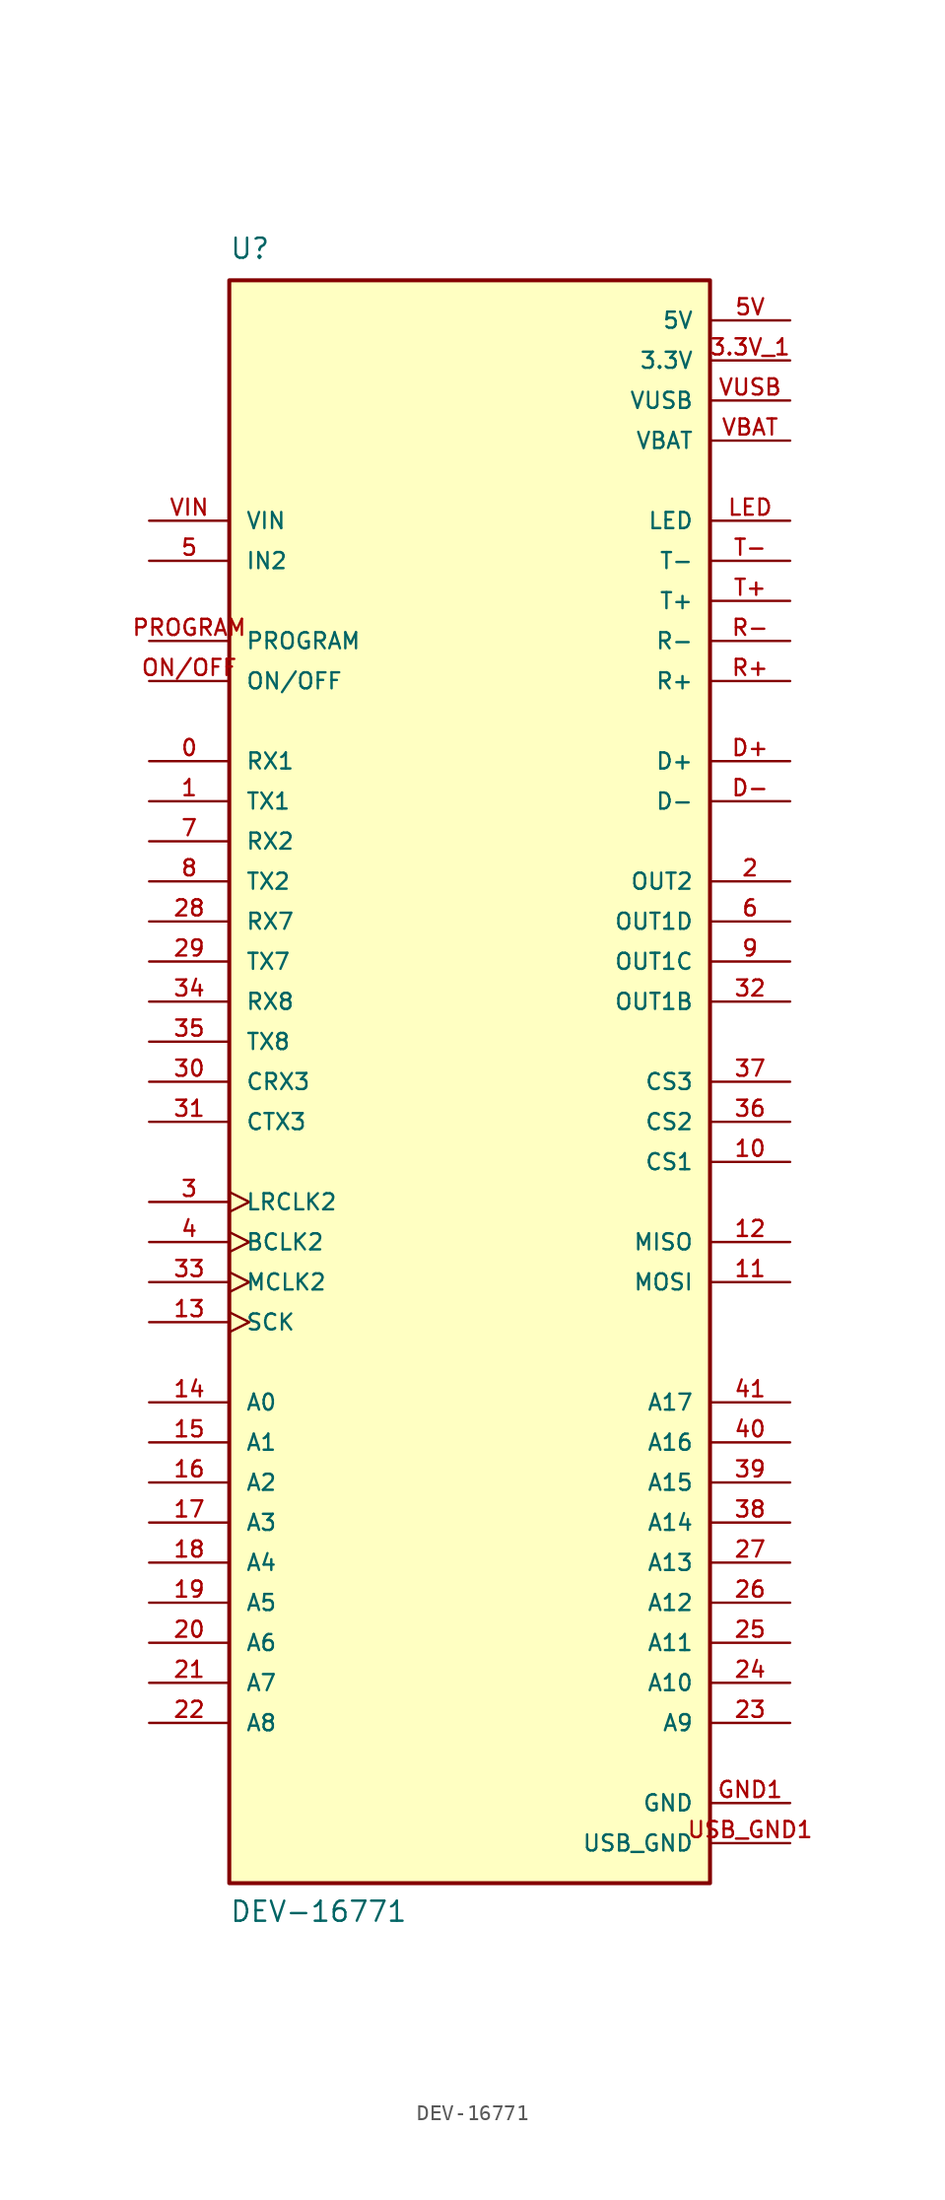
<source format=kicad_sym>
(kicad_symbol_lib
  (version 20241209)
  (generator "kicad_symbol_editor")
  (generator_version "9.0")
  (symbol "DEV-16771"
    (pin_names
      (offset 1.016))
    (property "Reference" "U"
      (at -15.24 52.07 0)
      (effects (font (size 1.27 1.27)) (justify left bottom)))
    (property "Value" "DEV-16771"
      (at -15.24 -53.34 0)
      (effects (font (size 1.27 1.27)) (justify left bottom)))
    (symbol "DEV-16771_0_0"
      (rectangle (start -15.24 -50.8) (end 15.24 50.8) (stroke (width 0.254) (type default)) (fill (type background)))
      (pin input line (at -20.32 35.56 0) (length 5.08) (name "VIN" (effects (font (size 1.016 1.016)))) (number "VIN" (effects (font (size 1.016 1.016)))))
      (pin bidirectional line (at -20.32 33.02 0) (length 5.08) (name "IN2" (effects (font (size 1.016 1.016)))) (number "5" (effects (font (size 1.016 1.016)))))
      (pin bidirectional line (at -20.32 27.94 0) (length 5.08) (name "PROGRAM" (effects (font (size 1.016 1.016)))) (number "PROGRAM" (effects (font (size 1.016 1.016)))))
      (pin bidirectional line (at -20.32 25.4 0) (length 5.08) (name "ON/OFF" (effects (font (size 1.016 1.016)))) (number "ON/OFF" (effects (font (size 1.016 1.016)))))
      (pin bidirectional line (at -20.32 20.32 0) (length 5.08) (name "RX1" (effects (font (size 1.016 1.016)))) (number "0" (effects (font (size 1.016 1.016)))))
      (pin bidirectional line (at -20.32 17.78 0) (length 5.08) (name "TX1" (effects (font (size 1.016 1.016)))) (number "1" (effects (font (size 1.016 1.016)))))
      (pin bidirectional line (at -20.32 15.24 0) (length 5.08) (name "RX2" (effects (font (size 1.016 1.016)))) (number "7" (effects (font (size 1.016 1.016)))))
      (pin bidirectional line (at -20.32 12.7 0) (length 5.08) (name "TX2" (effects (font (size 1.016 1.016)))) (number "8" (effects (font (size 1.016 1.016)))))
      (pin bidirectional line (at -20.32 10.16 0) (length 5.08) (name "RX7" (effects (font (size 1.016 1.016)))) (number "28" (effects (font (size 1.016 1.016)))))
      (pin bidirectional line (at -20.32 7.62 0) (length 5.08) (name "TX7" (effects (font (size 1.016 1.016)))) (number "29" (effects (font (size 1.016 1.016)))))
      (pin bidirectional line (at -20.32 5.08 0) (length 5.08) (name "RX8" (effects (font (size 1.016 1.016)))) (number "34" (effects (font (size 1.016 1.016)))))
      (pin bidirectional line (at -20.32 2.54 0) (length 5.08) (name "TX8" (effects (font (size 1.016 1.016)))) (number "35" (effects (font (size 1.016 1.016)))))
      (pin bidirectional line (at -20.32 0 0) (length 5.08) (name "CRX3" (effects (font (size 1.016 1.016)))) (number "30" (effects (font (size 1.016 1.016)))))
      (pin bidirectional line (at -20.32 -2.54 0) (length 5.08) (name "CTX3" (effects (font (size 1.016 1.016)))) (number "31" (effects (font (size 1.016 1.016)))))
      (pin bidirectional clock (at -20.32 -7.62 0) (length 5.08) (name "LRCLK2" (effects (font (size 1.016 1.016)))) (number "3" (effects (font (size 1.016 1.016)))))
      (pin bidirectional clock (at -20.32 -10.16 0) (length 5.08) (name "BCLK2" (effects (font (size 1.016 1.016)))) (number "4" (effects (font (size 1.016 1.016)))))
      (pin bidirectional clock (at -20.32 -12.7 0) (length 5.08) (name "MCLK2" (effects (font (size 1.016 1.016)))) (number "33" (effects (font (size 1.016 1.016)))))
      (pin bidirectional clock (at -20.32 -15.24 0) (length 5.08) (name "SCK" (effects (font (size 1.016 1.016)))) (number "13" (effects (font (size 1.016 1.016)))))
      (pin bidirectional line (at -20.32 -20.32 0) (length 5.08) (name "A0" (effects (font (size 1.016 1.016)))) (number "14" (effects (font (size 1.016 1.016)))))
      (pin bidirectional line (at -20.32 -22.86 0) (length 5.08) (name "A1" (effects (font (size 1.016 1.016)))) (number "15" (effects (font (size 1.016 1.016)))))
      (pin bidirectional line (at -20.32 -25.4 0) (length 5.08) (name "A2" (effects (font (size 1.016 1.016)))) (number "16" (effects (font (size 1.016 1.016)))))
      (pin bidirectional line (at -20.32 -27.94 0) (length 5.08) (name "A3" (effects (font (size 1.016 1.016)))) (number "17" (effects (font (size 1.016 1.016)))))
      (pin bidirectional line (at -20.32 -30.48 0) (length 5.08) (name "A4" (effects (font (size 1.016 1.016)))) (number "18" (effects (font (size 1.016 1.016)))))
      (pin bidirectional line (at -20.32 -33.02 0) (length 5.08) (name "A5" (effects (font (size 1.016 1.016)))) (number "19" (effects (font (size 1.016 1.016)))))
      (pin bidirectional line (at -20.32 -35.56 0) (length 5.08) (name "A6" (effects (font (size 1.016 1.016)))) (number "20" (effects (font (size 1.016 1.016)))))
      (pin bidirectional line (at -20.32 -38.1 0) (length 5.08) (name "A7" (effects (font (size 1.016 1.016)))) (number "21" (effects (font (size 1.016 1.016)))))
      (pin bidirectional line (at -20.32 -40.64 0) (length 5.08) (name "A8" (effects (font (size 1.016 1.016)))) (number "22" (effects (font (size 1.016 1.016)))))
      (pin power_in line (at 20.32 48.26 180) (length 5.08) (name "5V" (effects (font (size 1.016 1.016)))) (number "5V" (effects (font (size 1.016 1.016)))))
      (pin power_in line (at 20.32 45.72 180) (length 5.08) (name "3.3V" (effects (font (size 1.016 1.016)))) (number "3.3V_1" (effects (font (size 1.016 1.016)))))
      (pin power_in line (at 20.32 45.72 180) (length 5.08) (hide yes) (name "3.3V" (effects (font (size 1.016 1.016)))) (number "3.3V_2" (effects (font (size 1.016 1.016)))))
      (pin power_in line (at 20.32 45.72 180) (length 5.08) (hide yes) (name "3.3V" (effects (font (size 1.016 1.016)))) (number "3.3V_3" (effects (font (size 1.016 1.016)))))
      (pin passive line (at 20.32 43.18 180) (length 5.08) (name "VUSB" (effects (font (size 1.016 1.016)))) (number "VUSB" (effects (font (size 1.016 1.016)))))
      (pin passive line (at 20.32 40.64 180) (length 5.08) (name "VBAT" (effects (font (size 1.016 1.016)))) (number "VBAT" (effects (font (size 1.016 1.016)))))
      (pin bidirectional line (at 20.32 35.56 180) (length 5.08) (name "LED" (effects (font (size 1.016 1.016)))) (number "LED" (effects (font (size 1.016 1.016)))))
      (pin bidirectional line (at 20.32 33.02 180) (length 5.08) (name "T-" (effects (font (size 1.016 1.016)))) (number "T-" (effects (font (size 1.016 1.016)))))
      (pin bidirectional line (at 20.32 30.48 180) (length 5.08) (name "T+" (effects (font (size 1.016 1.016)))) (number "T+" (effects (font (size 1.016 1.016)))))
      (pin bidirectional line (at 20.32 27.94 180) (length 5.08) (name "R-" (effects (font (size 1.016 1.016)))) (number "R-" (effects (font (size 1.016 1.016)))))
      (pin bidirectional line (at 20.32 25.4 180) (length 5.08) (name "R+" (effects (font (size 1.016 1.016)))) (number "R+" (effects (font (size 1.016 1.016)))))
      (pin bidirectional line (at 20.32 20.32 180) (length 5.08) (name "D+" (effects (font (size 1.016 1.016)))) (number "D+" (effects (font (size 1.016 1.016)))))
      (pin bidirectional line (at 20.32 17.78 180) (length 5.08) (name "D-" (effects (font (size 1.016 1.016)))) (number "D-" (effects (font (size 1.016 1.016)))))
      (pin output line (at 20.32 12.7 180) (length 5.08) (name "OUT2" (effects (font (size 1.016 1.016)))) (number "2" (effects (font (size 1.016 1.016)))))
      (pin output line (at 20.32 10.16 180) (length 5.08) (name "OUT1D" (effects (font (size 1.016 1.016)))) (number "6" (effects (font (size 1.016 1.016)))))
      (pin output line (at 20.32 7.62 180) (length 5.08) (name "OUT1C" (effects (font (size 1.016 1.016)))) (number "9" (effects (font (size 1.016 1.016)))))
      (pin output line (at 20.32 5.08 180) (length 5.08) (name "OUT1B" (effects (font (size 1.016 1.016)))) (number "32" (effects (font (size 1.016 1.016)))))
      (pin bidirectional line (at 20.32 0 180) (length 5.08) (name "CS3" (effects (font (size 1.016 1.016)))) (number "37" (effects (font (size 1.016 1.016)))))
      (pin bidirectional line (at 20.32 -2.54 180) (length 5.08) (name "CS2" (effects (font (size 1.016 1.016)))) (number "36" (effects (font (size 1.016 1.016)))))
      (pin bidirectional line (at 20.32 -5.08 180) (length 5.08) (name "CS1" (effects (font (size 1.016 1.016)))) (number "10" (effects (font (size 1.016 1.016)))))
      (pin bidirectional line (at 20.32 -10.16 180) (length 5.08) (name "MISO" (effects (font (size 1.016 1.016)))) (number "12" (effects (font (size 1.016 1.016)))))
      (pin bidirectional line (at 20.32 -12.7 180) (length 5.08) (name "MOSI" (effects (font (size 1.016 1.016)))) (number "11" (effects (font (size 1.016 1.016)))))
      (pin bidirectional line (at 20.32 -20.32 180) (length 5.08) (name "A17" (effects (font (size 1.016 1.016)))) (number "41" (effects (font (size 1.016 1.016)))))
      (pin bidirectional line (at 20.32 -22.86 180) (length 5.08) (name "A16" (effects (font (size 1.016 1.016)))) (number "40" (effects (font (size 1.016 1.016)))))
      (pin bidirectional line (at 20.32 -25.4 180) (length 5.08) (name "A15" (effects (font (size 1.016 1.016)))) (number "39" (effects (font (size 1.016 1.016)))))
      (pin bidirectional line (at 20.32 -27.94 180) (length 5.08) (name "A14" (effects (font (size 1.016 1.016)))) (number "38" (effects (font (size 1.016 1.016)))))
      (pin bidirectional line (at 20.32 -30.48 180) (length 5.08) (name "A13" (effects (font (size 1.016 1.016)))) (number "27" (effects (font (size 1.016 1.016)))))
      (pin bidirectional line (at 20.32 -33.02 180) (length 5.08) (name "A12" (effects (font (size 1.016 1.016)))) (number "26" (effects (font (size 1.016 1.016)))))
      (pin bidirectional line (at 20.32 -35.56 180) (length 5.08) (name "A11" (effects (font (size 1.016 1.016)))) (number "25" (effects (font (size 1.016 1.016)))))
      (pin bidirectional line (at 20.32 -38.1 180) (length 5.08) (name "A10" (effects (font (size 1.016 1.016)))) (number "24" (effects (font (size 1.016 1.016)))))
      (pin bidirectional line (at 20.32 -40.64 180) (length 5.08) (name "A9" (effects (font (size 1.016 1.016)))) (number "23" (effects (font (size 1.016 1.016)))))
      (pin power_in line (at 20.32 -45.72 180) (length 5.08) (name "GND" (effects (font (size 1.016 1.016)))) (number "GND1" (effects (font (size 1.016 1.016)))))
      (pin power_in line (at 20.32 -45.72 180) (length 5.08) (hide yes) (name "GND" (effects (font (size 1.016 1.016)))) (number "GND2" (effects (font (size 1.016 1.016)))))
      (pin power_in line (at 20.32 -45.72 180) (length 5.08) (hide yes) (name "GND" (effects (font (size 1.016 1.016)))) (number "GND3" (effects (font (size 1.016 1.016)))))
      (pin power_in line (at 20.32 -45.72 180) (length 5.08) (hide yes) (name "GND" (effects (font (size 1.016 1.016)))) (number "GND4" (effects (font (size 1.016 1.016)))))
      (pin power_in line (at 20.32 -45.72 180) (length 5.08) (hide yes) (name "GND" (effects (font (size 1.016 1.016)))) (number "GND5" (effects (font (size 1.016 1.016)))))
      (pin power_in line (at 20.32 -48.26 180) (length 5.08) (name "USB_GND" (effects (font (size 1.016 1.016)))) (number "USB_GND1" (effects (font (size 1.016 1.016)))))
      (pin power_in line (at 20.32 -48.26 180) (length 5.08) (hide yes) (name "USB_GND" (effects (font (size 1.016 1.016)))) (number "USB_GND2" (effects (font (size 1.016 1.016))))))))
</source>
